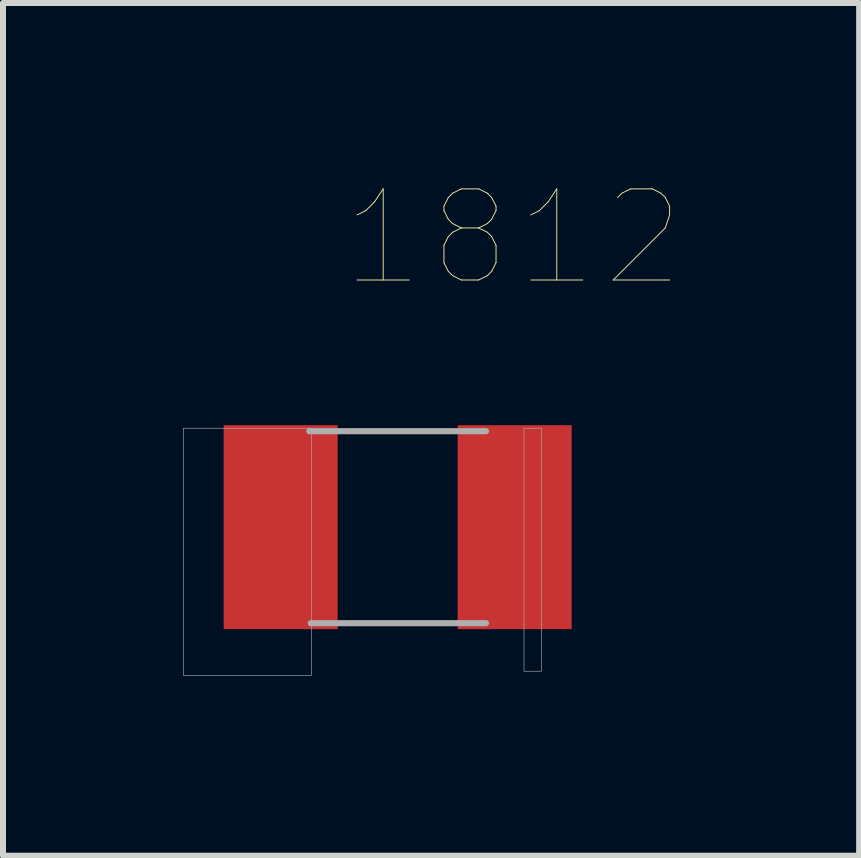
<source format=kicad_pcb>
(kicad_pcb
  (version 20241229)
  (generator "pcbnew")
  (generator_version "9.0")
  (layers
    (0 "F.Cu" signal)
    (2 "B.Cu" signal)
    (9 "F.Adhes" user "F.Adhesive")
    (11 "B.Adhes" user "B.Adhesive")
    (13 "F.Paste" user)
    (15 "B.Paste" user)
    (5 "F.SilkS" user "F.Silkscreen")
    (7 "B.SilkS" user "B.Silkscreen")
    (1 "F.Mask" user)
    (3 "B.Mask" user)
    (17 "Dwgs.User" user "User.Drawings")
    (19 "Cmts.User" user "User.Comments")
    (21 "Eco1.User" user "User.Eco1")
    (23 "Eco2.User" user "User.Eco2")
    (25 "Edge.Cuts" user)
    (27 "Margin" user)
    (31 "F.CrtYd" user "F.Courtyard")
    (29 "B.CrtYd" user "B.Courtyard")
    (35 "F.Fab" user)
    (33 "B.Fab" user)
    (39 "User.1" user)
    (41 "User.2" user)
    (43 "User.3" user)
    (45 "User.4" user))
  (footprint "1812"
    (layer "F.Cu")
    (at 3.578 5.737)
    (property "Reference" "1812" (at 1.929 -4.822 0) (layer "F.SilkS") (effects (font (size 1.519 1.519) (thickness 0.015))))
    (attr through_hole)
    (fp_line (start -1.473 -1.6) (end 1.473 -1.6) (stroke (width 0.102) (type solid)) (layer "F.Fab"))
    (fp_line (start -1.448 1.6) (end 1.473 1.6) (stroke (width 0.102) (type solid)) (layer "F.Fab"))
    (fp_poly (pts (xy -3.573 -1.649) (xy -1.438 -1.649) (xy -1.438 2.471) (xy -3.573 2.471)) (stroke (width 0.01) (type solid)) (fill no) (layer "F.Fab"))
    (fp_poly (pts (xy 2.106 -1.649) (xy 2.398 -1.649) (xy 2.398 2.401) (xy 2.106 2.401)) (stroke (width 0.01) (type solid)) (fill no) (layer "F.Fab"))
    (pad "1" smd rect (at -1.95 0) (size 1.9 3.4) (layers "F.Cu" "F.Mask" "F.Paste"))
    (pad "2" smd rect (at 1.95 0) (size 1.9 3.4) (layers "F.Cu" "F.Mask" "F.Paste")))
  (gr_rect
    (start -3 -3)
    (end 11.27 11.213)
    (stroke (width 0.1) (type default))
    (fill no)
    (layer "Edge.Cuts")))
</source>
